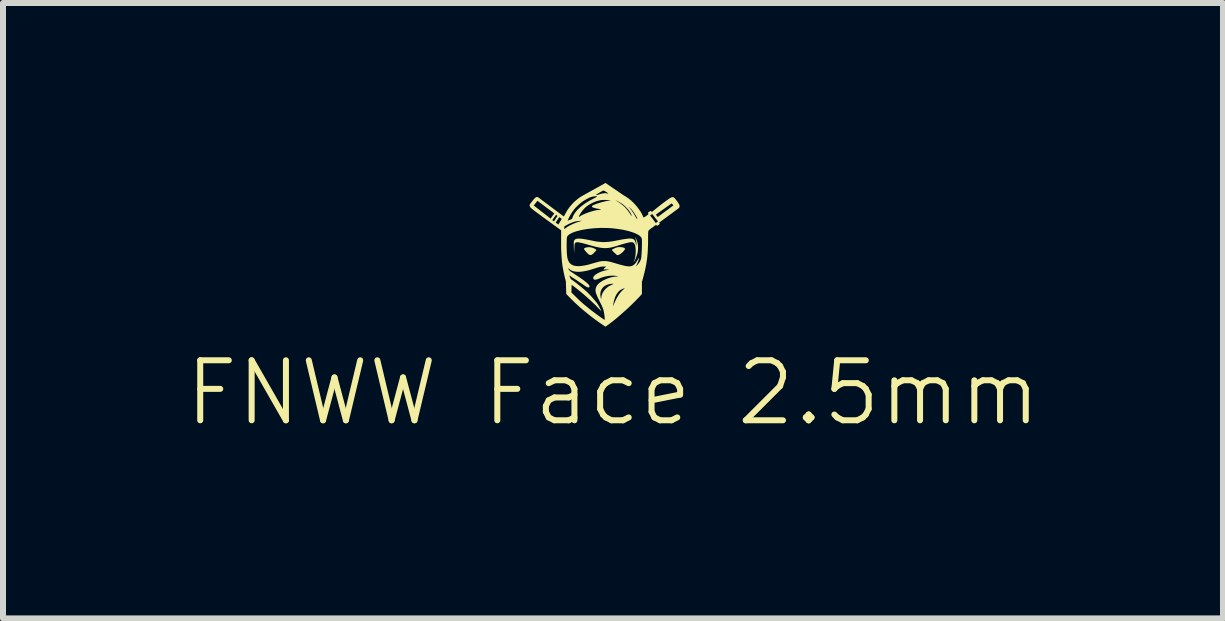
<source format=kicad_pcb>
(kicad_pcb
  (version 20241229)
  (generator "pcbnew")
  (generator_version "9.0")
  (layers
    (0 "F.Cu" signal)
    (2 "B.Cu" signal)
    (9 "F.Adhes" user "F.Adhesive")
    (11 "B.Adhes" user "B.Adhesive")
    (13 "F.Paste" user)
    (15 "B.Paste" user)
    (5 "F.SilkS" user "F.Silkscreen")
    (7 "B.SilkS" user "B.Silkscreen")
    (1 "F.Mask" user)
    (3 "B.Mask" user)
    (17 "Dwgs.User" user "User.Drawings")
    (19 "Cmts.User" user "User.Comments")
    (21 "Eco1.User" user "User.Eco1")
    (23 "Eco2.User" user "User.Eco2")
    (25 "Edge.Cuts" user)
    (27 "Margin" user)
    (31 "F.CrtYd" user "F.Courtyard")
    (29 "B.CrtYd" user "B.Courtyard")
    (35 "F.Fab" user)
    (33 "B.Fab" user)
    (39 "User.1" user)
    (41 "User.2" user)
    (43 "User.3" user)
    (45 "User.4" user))
  (footprint "FNWW Face 2.5mm"
    (layer "F.Cu")
    (at 7.049 2.639)
    (property "Reference" "FNWW Face 2.5mm" (at 0.12 0.86 0) (unlocked yes) (layer "F.SilkS") (effects (font (size 1 1) (thickness 0.1))))
    (fp_poly (pts (xy -0.271 -1.568) (xy -0.263 -1.567) (xy -0.254 -1.566) (xy -0.245 -1.564) (xy -0.236 -1.562) (xy -0.227 -1.56) (xy -0.219 -1.557) (xy -0.21 -1.554) (xy -0.202 -1.551) (xy -0.194 -1.547) (xy -0.186 -1.544) (xy -0.18 -1.54) (xy -0.174 -1.536) (xy -0.168 -1.532) (xy -0.154 -1.52) (xy -0.186 -1.486) (xy -0.197 -1.474) (xy -0.207 -1.464) (xy -0.211 -1.46) (xy -0.216 -1.456) (xy -0.22 -1.452) (xy -0.225 -1.449) (xy -0.229 -1.446) (xy -0.233 -1.444) (xy -0.237 -1.442) (xy -0.241 -1.44) (xy -0.244 -1.439) (xy -0.248 -1.438) (xy -0.252 -1.437) (xy -0.255 -1.437) (xy -0.259 -1.437) (xy -0.263 -1.438) (xy -0.267 -1.439) (xy -0.27 -1.44) (xy -0.274 -1.442) (xy -0.278 -1.444) (xy -0.282 -1.447) (xy -0.286 -1.45) (xy -0.291 -1.453) (xy -0.295 -1.457) (xy -0.3 -1.461) (xy -0.304 -1.465) (xy -0.314 -1.475) (xy -0.325 -1.487) (xy -0.335 -1.498) (xy -0.343 -1.507) (xy -0.35 -1.516) (xy -0.352 -1.52) (xy -0.355 -1.523) (xy -0.357 -1.527) (xy -0.359 -1.53) (xy -0.36 -1.533) (xy -0.361 -1.536) (xy -0.361 -1.539) (xy -0.362 -1.541) (xy -0.361 -1.544) (xy -0.361 -1.546) (xy -0.36 -1.548) (xy -0.358 -1.55) (xy -0.356 -1.552) (xy -0.354 -1.553) (xy -0.351 -1.555) (xy -0.348 -1.556) (xy -0.345 -1.558) (xy -0.341 -1.559) (xy -0.332 -1.561) (xy -0.321 -1.564) (xy -0.308 -1.566) (xy -0.294 -1.568) (xy -0.287 -1.568) (xy -0.279 -1.568)) (stroke (width -0.000001) (type solid)) (fill yes) (layer "F.SilkS"))
    (fp_poly (pts (xy 0.237 -1.57) (xy 0.248 -1.569) (xy 0.258 -1.568) (xy 0.269 -1.567) (xy 0.279 -1.565) (xy 0.288 -1.563) (xy 0.296 -1.561) (xy 0.304 -1.558) (xy 0.307 -1.556) (xy 0.31 -1.555) (xy 0.312 -1.553) (xy 0.315 -1.551) (xy 0.316 -1.55) (xy 0.318 -1.548) (xy 0.319 -1.546) (xy 0.32 -1.544) (xy 0.32 -1.541) (xy 0.319 -1.538) (xy 0.318 -1.534) (xy 0.317 -1.53) (xy 0.315 -1.526) (xy 0.312 -1.522) (xy 0.306 -1.513) (xy 0.298 -1.503) (xy 0.288 -1.493) (xy 0.278 -1.483) (xy 0.267 -1.474) (xy 0.256 -1.465) (xy 0.245 -1.457) (xy 0.234 -1.45) (xy 0.223 -1.444) (xy 0.213 -1.439) (xy 0.208 -1.438) (xy 0.204 -1.436) (xy 0.2 -1.436) (xy 0.196 -1.436) (xy 0.193 -1.436) (xy 0.19 -1.437) (xy 0.186 -1.439) (xy 0.181 -1.443) (xy 0.174 -1.448) (xy 0.168 -1.454) (xy 0.16 -1.46) (xy 0.153 -1.467) (xy 0.145 -1.474) (xy 0.137 -1.481) (xy 0.13 -1.489) (xy 0.123 -1.496) (xy 0.117 -1.502) (xy 0.111 -1.508) (xy 0.107 -1.514) (xy 0.104 -1.518) (xy 0.103 -1.52) (xy 0.102 -1.521) (xy 0.102 -1.522) (xy 0.102 -1.523) (xy 0.103 -1.525) (xy 0.106 -1.527) (xy 0.109 -1.53) (xy 0.113 -1.532) (xy 0.117 -1.535) (xy 0.122 -1.538) (xy 0.127 -1.541) (xy 0.132 -1.544) (xy 0.144 -1.549) (xy 0.157 -1.555) (xy 0.163 -1.557) (xy 0.169 -1.559) (xy 0.175 -1.561) (xy 0.18 -1.563) (xy 0.185 -1.564) (xy 0.189 -1.566) (xy 0.194 -1.567) (xy 0.204 -1.568) (xy 0.215 -1.569) (xy 0.226 -1.57)) (stroke (width -0.000001) (type solid)) (fill yes) (layer "F.SilkS"))
    (fp_poly (pts (xy 0.493 -1.731) (xy 0.5 -1.717) (xy 0.508 -1.699) (xy 0.517 -1.679) (xy 0.521 -1.668) (xy 0.525 -1.656) (xy 0.528 -1.645) (xy 0.531 -1.634) (xy 0.533 -1.623) (xy 0.535 -1.612) (xy 0.536 -1.594) (xy 0.537 -1.576) (xy 0.538 -1.559) (xy 0.537 -1.543) (xy 0.537 -1.527) (xy 0.535 -1.511) (xy 0.533 -1.496) (xy 0.531 -1.481) (xy 0.527 -1.466) (xy 0.524 -1.451) (xy 0.519 -1.436) (xy 0.514 -1.421) (xy 0.508 -1.405) (xy 0.502 -1.389) (xy 0.495 -1.373) (xy 0.488 -1.356) (xy 0.487 -1.354) (xy 0.486 -1.352) (xy 0.484 -1.348) (xy 0.482 -1.344) (xy 0.48 -1.341) (xy 0.478 -1.337) (xy 0.476 -1.334) (xy 0.473 -1.331) (xy 0.471 -1.328) (xy 0.469 -1.325) (xy 0.468 -1.323) (xy 0.465 -1.319) (xy 0.462 -1.316) (xy 0.466 -1.325) (xy 0.475 -1.345) (xy 0.479 -1.357) (xy 0.483 -1.371) (xy 0.487 -1.386) (xy 0.49 -1.402) (xy 0.492 -1.419) (xy 0.495 -1.437) (xy 0.496 -1.456) (xy 0.498 -1.474) (xy 0.498 -1.493) (xy 0.499 -1.511) (xy 0.498 -1.528) (xy 0.497 -1.545) (xy 0.496 -1.561) (xy 0.494 -1.576) (xy 0.491 -1.589) (xy 0.488 -1.6) (xy 0.483 -1.613) (xy 0.479 -1.623) (xy 0.473 -1.632) (xy 0.466 -1.64) (xy 0.462 -1.643) (xy 0.458 -1.645) (xy 0.453 -1.647) (xy 0.448 -1.649) (xy 0.436 -1.651) (xy 0.422 -1.651) (xy 0.404 -1.65) (xy 0.384 -1.646) (xy 0.36 -1.641) (xy 0.333 -1.634) (xy 0.265 -1.615) (xy 0.179 -1.588) (xy 0.149 -1.579) (xy 0.121 -1.572) (xy 0.095 -1.565) (xy 0.07 -1.56) (xy 0.046 -1.556) (xy 0.022 -1.554) (xy -0.002 -1.553) (xy -0.026 -1.553) (xy -0.051 -1.555) (xy -0.078 -1.558) (xy -0.105 -1.562) (xy -0.135 -1.568) (xy -0.168 -1.575) (xy -0.203 -1.584) (xy -0.283 -1.606) (xy -0.316 -1.616) (xy -0.347 -1.624) (xy -0.374 -1.632) (xy -0.386 -1.635) (xy -0.397 -1.638) (xy -0.408 -1.64) (xy -0.418 -1.642) (xy -0.428 -1.644) (xy -0.437 -1.646) (xy -0.445 -1.648) (xy -0.452 -1.649) (xy -0.459 -1.649) (xy -0.466 -1.65) (xy -0.472 -1.65) (xy -0.477 -1.65) (xy -0.482 -1.65) (xy -0.487 -1.65) (xy -0.491 -1.649) (xy -0.495 -1.648) (xy -0.497 -1.647) (xy -0.499 -1.646) (xy -0.5 -1.646) (xy -0.502 -1.645) (xy -0.503 -1.644) (xy -0.505 -1.643) (xy -0.506 -1.642) (xy -0.507 -1.641) (xy -0.509 -1.638) (xy -0.512 -1.636) (xy -0.513 -1.633) (xy -0.515 -1.63) (xy -0.517 -1.626) (xy -0.518 -1.623) (xy -0.519 -1.619) (xy -0.52 -1.613) (xy -0.522 -1.593) (xy -0.525 -1.54) (xy -0.529 -1.465) (xy -0.532 -1.546) (xy -0.534 -1.641) (xy -0.534 -1.655) (xy -0.531 -1.668) (xy -0.527 -1.679) (xy -0.525 -1.684) (xy -0.522 -1.688) (xy -0.518 -1.692) (xy -0.514 -1.696) (xy -0.509 -1.699) (xy -0.503 -1.702) (xy -0.491 -1.707) (xy -0.476 -1.71) (xy -0.458 -1.711) (xy -0.437 -1.711) (xy -0.413 -1.71) (xy -0.386 -1.707) (xy -0.356 -1.702) (xy -0.322 -1.696) (xy -0.284 -1.689) (xy -0.242 -1.68) (xy -0.183 -1.668) (xy -0.156 -1.663) (xy -0.13 -1.66) (xy -0.105 -1.657) (xy -0.081 -1.655) (xy -0.057 -1.653) (xy -0.033 -1.653) (xy -0.009 -1.654) (xy 0.016 -1.655) (xy 0.042 -1.657) (xy 0.069 -1.66) (xy 0.097 -1.664) (xy 0.127 -1.669) (xy 0.194 -1.682) (xy 0.227 -1.688) (xy 0.257 -1.694) (xy 0.285 -1.699) (xy 0.31 -1.703) (xy 0.333 -1.706) (xy 0.354 -1.709) (xy 0.373 -1.711) (xy 0.39 -1.712) (xy 0.405 -1.712) (xy 0.412 -1.712) (xy 0.418 -1.711) (xy 0.424 -1.711) (xy 0.43 -1.71) (xy 0.435 -1.709) (xy 0.44 -1.708) (xy 0.445 -1.707) (xy 0.45 -1.706) (xy 0.454 -1.704) (xy 0.458 -1.702) (xy 0.462 -1.7) (xy 0.465 -1.698) (xy 0.468 -1.696) (xy 0.472 -1.693) (xy 0.473 -1.692) (xy 0.475 -1.69) (xy 0.478 -1.686) (xy 0.481 -1.683) (xy 0.483 -1.679) (xy 0.485 -1.675) (xy 0.488 -1.67) (xy 0.49 -1.666) (xy 0.491 -1.661) (xy 0.493 -1.657) (xy 0.494 -1.652) (xy 0.496 -1.648) (xy 0.497 -1.644) (xy 0.499 -1.635) (xy 0.5 -1.628) (xy 0.504 -1.607) (xy 0.506 -1.6) (xy 0.508 -1.588) (xy 0.509 -1.604) (xy 0.51 -1.617) (xy 0.51 -1.628) (xy 0.51 -1.632) (xy 0.51 -1.637) (xy 0.51 -1.641) (xy 0.509 -1.644) (xy 0.509 -1.648) (xy 0.509 -1.651) (xy 0.508 -1.658) (xy 0.507 -1.666) (xy 0.506 -1.671) (xy 0.504 -1.677) (xy 0.502 -1.69) (xy 0.498 -1.703) (xy 0.495 -1.715) (xy 0.489 -1.735) (xy 0.486 -1.744)) (stroke (width -0.000001) (type solid)) (fill yes) (layer "F.SilkS"))
    (fp_poly (pts (xy 0.287 -2.44) (xy 0.303 -2.43) (xy 0.32 -2.42) (xy 0.337 -2.409) (xy 0.354 -2.398) (xy 0.371 -2.386) (xy 0.387 -2.374) (xy 0.403 -2.361) (xy 0.418 -2.349) (xy 0.425 -2.343) (xy 0.433 -2.335) (xy 0.443 -2.326) (xy 0.453 -2.317) (xy 0.463 -2.307) (xy 0.473 -2.296) (xy 0.483 -2.286) (xy 0.492 -2.276) (xy 0.502 -2.264) (xy 0.513 -2.252) (xy 0.532 -2.228) (xy 0.541 -2.216) (xy 0.55 -2.204) (xy 0.558 -2.192) (xy 0.566 -2.181) (xy 0.574 -2.17) (xy 0.581 -2.159) (xy 0.587 -2.148) (xy 0.593 -2.138) (xy 0.599 -2.128) (xy 0.604 -2.119) (xy 0.608 -2.11) (xy 0.612 -2.101) (xy 0.613 -2.097) (xy 0.615 -2.094) (xy 0.616 -2.09) (xy 0.618 -2.087) (xy 0.619 -2.084) (xy 0.621 -2.08) (xy 0.622 -2.078) (xy 0.623 -2.075) (xy 0.625 -2.073) (xy 0.626 -2.07) (xy 0.627 -2.069) (xy 0.628 -2.067) (xy 0.629 -2.066) (xy 0.63 -2.065) (xy 0.63 -2.064) (xy 0.63 -2.064) (xy 0.631 -2.064) (xy 0.631 -2.064) (xy 0.632 -2.064) (xy 0.633 -2.064) (xy 0.637 -2.066) (xy 0.641 -2.068) (xy 0.645 -2.07) (xy 0.65 -2.073) (xy 0.656 -2.076) (xy 0.667 -2.084) (xy 0.685 -2.097) (xy 0.739 -2.097) (xy 0.783 -2.039) (xy 0.815 -1.996) (xy 0.833 -1.971) (xy 0.87 -1.997) (xy 0.782 -2.111) (xy 0.834 -2.111) (xy 0.866 -2.071) (xy 1.127 -2.265) (xy 1.099 -2.299) (xy 0.834 -2.111) (xy 0.782 -2.111) (xy 0.775 -2.121) (xy 0.739 -2.097) (xy 0.685 -2.097) (xy 0.709 -2.115) (xy 0.709 -2.115) (xy 0.71 -2.116) (xy 0.71 -2.116) (xy 0.711 -2.117) (xy 0.711 -2.117) (xy 0.711 -2.118) (xy 0.711 -2.119) (xy 0.711 -2.119) (xy 0.711 -2.12) (xy 0.711 -2.121) (xy 0.711 -2.122) (xy 0.711 -2.123) (xy 0.711 -2.123) (xy 0.71 -2.124) (xy 0.71 -2.126) (xy 0.709 -2.127) (xy 0.708 -2.129) (xy 0.707 -2.13) (xy 0.706 -2.132) (xy 0.704 -2.136) (xy 0.703 -2.136) (xy 0.703 -2.137) (xy 0.703 -2.137) (xy 0.703 -2.138) (xy 0.703 -2.138) (xy 0.703 -2.138) (xy 0.703 -2.139) (xy 0.703 -2.139) (xy 0.703 -2.14) (xy 0.703 -2.14) (xy 0.703 -2.141) (xy 0.703 -2.141) (xy 0.703 -2.141) (xy 0.703 -2.142) (xy 0.704 -2.142) (xy 0.704 -2.143) (xy 0.704 -2.144) (xy 0.705 -2.144) (xy 0.705 -2.145) (xy 0.705 -2.146) (xy 0.706 -2.147) (xy 0.707 -2.147) (xy 0.707 -2.148) (xy 0.707 -2.148) (xy 0.708 -2.148) (xy 0.714 -2.152) (xy 0.719 -2.156) (xy 0.726 -2.16) (xy 0.732 -2.164) (xy 0.739 -2.168) (xy 0.741 -2.169) (xy 0.744 -2.171) (xy 0.746 -2.171) (xy 0.747 -2.172) (xy 0.748 -2.172) (xy 0.748 -2.172) (xy 0.749 -2.172) (xy 0.749 -2.172) (xy 0.749 -2.172) (xy 0.75 -2.172) (xy 0.75 -2.172) (xy 0.751 -2.172) (xy 0.751 -2.172) (xy 0.751 -2.172) (xy 0.752 -2.172) (xy 0.752 -2.172) (xy 0.752 -2.171) (xy 0.753 -2.171) (xy 0.753 -2.171) (xy 0.753 -2.171) (xy 0.754 -2.171) (xy 0.754 -2.17) (xy 0.754 -2.17) (xy 0.755 -2.17) (xy 0.755 -2.169) (xy 0.756 -2.169) (xy 0.756 -2.168) (xy 0.757 -2.168) (xy 0.757 -2.167) (xy 0.758 -2.167) (xy 0.758 -2.165) (xy 0.76 -2.163) (xy 0.76 -2.162) (xy 0.761 -2.161) (xy 0.762 -2.16) (xy 0.763 -2.159) (xy 0.764 -2.158) (xy 0.764 -2.158) (xy 0.765 -2.157) (xy 0.765 -2.157) (xy 0.766 -2.157) (xy 0.766 -2.156) (xy 0.767 -2.156) (xy 0.767 -2.156) (xy 0.767 -2.156) (xy 0.768 -2.156) (xy 0.768 -2.156) (xy 0.769 -2.156) (xy 0.769 -2.156) (xy 0.77 -2.156) (xy 0.77 -2.157) (xy 0.856 -2.226) (xy 0.925 -2.281) (xy 0.956 -2.305) (xy 0.982 -2.324) (xy 1.028 -2.357) (xy 1.047 -2.371) (xy 1.064 -2.382) (xy 1.071 -2.386) (xy 1.078 -2.39) (xy 1.085 -2.394) (xy 1.091 -2.397) (xy 1.097 -2.399) (xy 1.102 -2.401) (xy 1.107 -2.402) (xy 1.112 -2.402) (xy 1.116 -2.402) (xy 1.121 -2.402) (xy 1.125 -2.401) (xy 1.129 -2.399) (xy 1.134 -2.397) (xy 1.138 -2.394) (xy 1.142 -2.39) (xy 1.146 -2.387) (xy 1.15 -2.382) (xy 1.155 -2.377) (xy 1.164 -2.365) (xy 1.175 -2.352) (xy 1.187 -2.336) (xy 1.197 -2.322) (xy 1.206 -2.309) (xy 1.21 -2.303) (xy 1.214 -2.297) (xy 1.217 -2.291) (xy 1.22 -2.286) (xy 1.222 -2.281) (xy 1.225 -2.276) (xy 1.226 -2.272) (xy 1.228 -2.267) (xy 1.229 -2.263) (xy 1.23 -2.259) (xy 1.23 -2.255) (xy 1.23 -2.251) (xy 1.23 -2.247) (xy 1.229 -2.243) (xy 1.228 -2.24) (xy 1.227 -2.236) (xy 1.225 -2.233) (xy 1.223 -2.229) (xy 1.221 -2.226) (xy 1.218 -2.222) (xy 1.215 -2.219) (xy 1.211 -2.215) (xy 1.207 -2.212) (xy 1.203 -2.208) (xy 1.198 -2.204) (xy 1.193 -2.201) (xy 1.182 -2.193) (xy 0.904 -1.989) (xy 0.903 -1.988) (xy 0.902 -1.987) (xy 0.9 -1.986) (xy 0.898 -1.984) (xy 0.897 -1.984) (xy 0.896 -1.983) (xy 0.895 -1.982) (xy 0.894 -1.982) (xy 0.894 -1.982) (xy 0.893 -1.981) (xy 0.893 -1.981) (xy 0.893 -1.981) (xy 0.892 -1.98) (xy 0.892 -1.98) (xy 0.892 -1.979) (xy 0.892 -1.979) (xy 0.891 -1.979) (xy 0.891 -1.978) (xy 0.891 -1.978) (xy 0.891 -1.977) (xy 0.891 -1.977) (xy 0.891 -1.976) (xy 0.891 -1.976) (xy 0.891 -1.975) (xy 0.891 -1.975) (xy 0.891 -1.974) (xy 0.891 -1.974) (xy 0.892 -1.973) (xy 0.893 -1.972) (xy 0.894 -1.97) (xy 0.896 -1.968) (xy 0.897 -1.966) (xy 0.898 -1.965) (xy 0.898 -1.964) (xy 0.899 -1.963) (xy 0.899 -1.963) (xy 0.899 -1.962) (xy 0.9 -1.961) (xy 0.9 -1.961) (xy 0.9 -1.96) (xy 0.9 -1.959) (xy 0.9 -1.959) (xy 0.9 -1.958) (xy 0.899 -1.958) (xy 0.899 -1.957) (xy 0.898 -1.955) (xy 0.896 -1.953) (xy 0.894 -1.951) (xy 0.891 -1.949) (xy 0.888 -1.947) (xy 0.885 -1.944) (xy 0.882 -1.942) (xy 0.879 -1.939) (xy 0.876 -1.937) (xy 0.872 -1.935) (xy 0.869 -1.933) (xy 0.866 -1.931) (xy 0.863 -1.929) (xy 0.86 -1.928) (xy 0.858 -1.927) (xy 0.856 -1.926) (xy 0.855 -1.926) (xy 0.854 -1.926) (xy 0.854 -1.926) (xy 0.853 -1.926) (xy 0.852 -1.926) (xy 0.852 -1.927) (xy 0.851 -1.927) (xy 0.85 -1.927) (xy 0.85 -1.928) (xy 0.849 -1.928) (xy 0.849 -1.929) (xy 0.848 -1.929) (xy 0.847 -1.931) (xy 0.846 -1.932) (xy 0.844 -1.935) (xy 0.843 -1.936) (xy 0.842 -1.937) (xy 0.841 -1.939) (xy 0.84 -1.939) (xy 0.84 -1.939) (xy 0.839 -1.94) (xy 0.839 -1.94) (xy 0.838 -1.94) (xy 0.838 -1.94) (xy 0.837 -1.94) (xy 0.837 -1.941) (xy 0.837 -1.941) (xy 0.836 -1.941) (xy 0.836 -1.94) (xy 0.836 -1.94) (xy 0.835 -1.94) (xy 0.835 -1.94) (xy 0.835 -1.94) (xy 0.834 -1.94) (xy 0.834 -1.94) (xy 0.834 -1.94) (xy 0.833 -1.939) (xy 0.832 -1.939) (xy 0.83 -1.936) (xy 0.829 -1.935) (xy 0.828 -1.934) (xy 0.827 -1.933) (xy 0.826 -1.932) (xy 0.79 -1.906) (xy 0.773 -1.893) (xy 0.765 -1.888) (xy 0.76 -1.885) (xy 0.752 -1.88) (xy 0.748 -1.876) (xy 0.743 -1.873) (xy 0.738 -1.869) (xy 0.733 -1.865) (xy 0.729 -1.861) (xy 0.724 -1.856) (xy 0.72 -1.851) (xy 0.718 -1.849) (xy 0.716 -1.846) (xy 0.714 -1.844) (xy 0.712 -1.841) (xy 0.711 -1.838) (xy 0.71 -1.836) (xy 0.709 -1.833) (xy 0.708 -1.831) (xy 0.707 -1.828) (xy 0.707 -1.825) (xy 0.706 -1.807) (xy 0.706 -1.784) (xy 0.705 -1.756) (xy 0.705 -1.722) (xy 0.705 -1.666) (xy 0.704 -1.613) (xy 0.702 -1.561) (xy 0.7 -1.512) (xy 0.697 -1.465) (xy 0.693 -1.419) (xy 0.688 -1.375) (xy 0.682 -1.333) (xy 0.675 -1.288) (xy 0.665 -1.238) (xy 0.654 -1.185) (xy 0.641 -1.132) (xy 0.629 -1.084) (xy 0.618 -1.043) (xy 0.609 -1.012) (xy 0.605 -1.002) (xy 0.602 -0.996) (xy 0.602 -0.788) (xy 0.565 -0.746) (xy 0.509 -0.688) (xy 0.438 -0.617) (xy 0.356 -0.539) (xy 0.266 -0.459) (xy 0.174 -0.379) (xy 0.127 -0.342) (xy 0.082 -0.306) (xy 0.037 -0.273) (xy -0.006 -0.243) (xy -0.091 -0.301) (xy -0.176 -0.361) (xy -0.26 -0.425) (xy -0.343 -0.492) (xy -0.425 -0.561) (xy -0.505 -0.634) (xy -0.544 -0.672) (xy -0.583 -0.71) (xy -0.621 -0.749) (xy -0.659 -0.788) (xy -0.666 -0.998) (xy -0.683 -1.063) (xy -0.692 -1.104) (xy -0.702 -1.149) (xy -0.711 -1.195) (xy -0.716 -1.222) (xy -0.628 -1.222) (xy -0.627 -1.218) (xy -0.626 -1.214) (xy -0.625 -1.213) (xy -0.624 -1.211) (xy -0.624 -1.21) (xy -0.623 -1.208) (xy -0.622 -1.205) (xy -0.62 -1.2) (xy -0.617 -1.195) (xy -0.616 -1.193) (xy -0.614 -1.19) (xy -0.612 -1.187) (xy -0.609 -1.184) (xy -0.607 -1.181) (xy -0.603 -1.178) (xy -0.599 -1.174) (xy -0.595 -1.17) (xy -0.59 -1.166) (xy -0.584 -1.162) (xy -0.571 -1.153) (xy -0.554 -1.142) (xy -0.535 -1.129) (xy -0.497 -1.104) (xy -0.462 -1.081) (xy -0.43 -1.06) (xy -0.401 -1.04) (xy -0.375 -1.021) (xy -0.353 -1.004) (xy -0.333 -0.988) (xy -0.324 -0.981) (xy -0.316 -0.974) (xy -0.308 -0.968) (xy -0.302 -0.961) (xy -0.296 -0.955) (xy -0.29 -0.949) (xy -0.286 -0.944) (xy -0.282 -0.939) (xy -0.278 -0.934) (xy -0.275 -0.929) (xy -0.273 -0.925) (xy -0.272 -0.921) (xy -0.271 -0.917) (xy -0.271 -0.914) (xy -0.271 -0.91) (xy -0.272 -0.907) (xy -0.274 -0.905) (xy -0.276 -0.902) (xy -0.279 -0.9) (xy -0.282 -0.898) (xy -0.285 -0.897) (xy -0.289 -0.896) (xy -0.294 -0.897) (xy -0.299 -0.898) (xy -0.304 -0.9) (xy -0.311 -0.902) (xy -0.318 -0.906) (xy -0.327 -0.911) (xy -0.336 -0.916) (xy -0.347 -0.923) (xy -0.371 -0.94) (xy -0.402 -0.961) (xy -0.437 -0.985) (xy -0.472 -1.008) (xy -0.503 -1.029) (xy -0.516 -1.037) (xy -0.526 -1.044) (xy -0.535 -1.049) (xy -0.545 -1.055) (xy -0.554 -1.061) (xy -0.563 -1.067) (xy -0.571 -1.072) (xy -0.578 -1.077) (xy -0.584 -1.082) (xy -0.589 -1.085) (xy -0.608 -1.1) (xy -0.598 -1.069) (xy -0.597 -1.066) (xy -0.596 -1.063) (xy -0.594 -1.06) (xy -0.593 -1.057) (xy -0.592 -1.054) (xy -0.591 -1.051) (xy -0.589 -1.048) (xy -0.588 -1.046) (xy -0.587 -1.044) (xy -0.585 -1.041) (xy -0.584 -1.039) (xy -0.583 -1.038) (xy -0.582 -1.036) (xy -0.581 -1.035) (xy -0.58 -1.034) (xy -0.58 -1.034) (xy -0.579 -1.034) (xy -0.579 -1.033) (xy -0.57 -1.028) (xy -0.558 -1.02) (xy -0.527 -0.997) (xy -0.49 -0.969) (xy -0.449 -0.936) (xy -0.407 -0.902) (xy -0.367 -0.869) (xy -0.333 -0.839) (xy -0.306 -0.815) (xy -0.291 -0.8) (xy -0.276 -0.784) (xy -0.246 -0.753) (xy -0.218 -0.721) (xy -0.191 -0.69) (xy -0.167 -0.661) (xy -0.156 -0.647) (xy -0.146 -0.634) (xy -0.138 -0.621) (xy -0.13 -0.61) (xy -0.123 -0.599) (xy -0.117 -0.589) (xy -0.111 -0.577) (xy -0.103 -0.562) (xy -0.087 -0.531) (xy -0.069 -0.498) (xy -0.091 -0.519) (xy -0.101 -0.529) (xy -0.112 -0.54) (xy -0.123 -0.551) (xy -0.132 -0.56) (xy -0.169 -0.599) (xy -0.214 -0.642) (xy -0.263 -0.688) (xy -0.315 -0.735) (xy -0.368 -0.781) (xy -0.42 -0.825) (xy -0.47 -0.866) (xy -0.515 -0.901) (xy -0.57 -0.941) (xy -0.573 -0.812) (xy -0.551 -0.791) (xy -0.53 -0.771) (xy -0.519 -0.76) (xy -0.508 -0.749) (xy -0.465 -0.706) (xy -0.418 -0.662) (xy -0.368 -0.618) (xy -0.316 -0.575) (xy -0.263 -0.532) (xy -0.21 -0.491) (xy -0.156 -0.451) (xy -0.104 -0.413) (xy -0.02 -0.354) (xy -0.019 -0.366) (xy -0.019 -0.378) (xy -0.019 -0.389) (xy -0.019 -0.399) (xy -0.02 -0.409) (xy -0.021 -0.419) (xy -0.022 -0.428) (xy -0.023 -0.436) (xy -0.028 -0.465) (xy -0.032 -0.489) (xy -0.035 -0.501) (xy -0.037 -0.512) (xy -0.04 -0.523) (xy -0.043 -0.534) (xy -0.047 -0.546) (xy -0.052 -0.558) (xy -0.057 -0.571) (xy -0.061 -0.579) (xy 0.12 -0.579) (xy 0.123 -0.587) (xy 0.131 -0.608) (xy 0.137 -0.622) (xy 0.143 -0.637) (xy 0.15 -0.653) (xy 0.157 -0.669) (xy 0.165 -0.684) (xy 0.172 -0.699) (xy 0.179 -0.713) (xy 0.187 -0.727) (xy 0.194 -0.74) (xy 0.202 -0.752) (xy 0.209 -0.764) (xy 0.216 -0.775) (xy 0.223 -0.786) (xy 0.231 -0.796) (xy 0.238 -0.805) (xy 0.245 -0.814) (xy 0.253 -0.823) (xy 0.26 -0.831) (xy 0.267 -0.838) (xy 0.275 -0.845) (xy 0.282 -0.851) (xy 0.289 -0.858) (xy 0.297 -0.866) (xy 0.304 -0.873) (xy 0.315 -0.884) (xy 0.32 -0.888) (xy 0.299 -0.88) (xy 0.289 -0.877) (xy 0.28 -0.873) (xy 0.27 -0.868) (xy 0.262 -0.864) (xy 0.25 -0.858) (xy 0.238 -0.85) (xy 0.227 -0.841) (xy 0.217 -0.832) (xy 0.207 -0.821) (xy 0.197 -0.809) (xy 0.188 -0.796) (xy 0.179 -0.783) (xy 0.171 -0.768) (xy 0.163 -0.752) (xy 0.156 -0.736) (xy 0.15 -0.718) (xy 0.144 -0.7) (xy 0.138 -0.681) (xy 0.133 -0.661) (xy 0.129 -0.64) (xy 0.127 -0.631) (xy 0.126 -0.621) (xy 0.124 -0.611) (xy 0.123 -0.601) (xy 0.12 -0.579) (xy -0.061 -0.579) (xy -0.064 -0.586) (xy -0.071 -0.602) (xy -0.08 -0.62) (xy -0.101 -0.662) (xy -0.114 -0.689) (xy -0.126 -0.713) (xy -0.137 -0.735) (xy -0.145 -0.755) (xy -0.153 -0.774) (xy -0.154 -0.777) (xy -0.091 -0.777) (xy -0.09 -0.767) (xy -0.089 -0.757) (xy -0.088 -0.747) (xy -0.086 -0.737) (xy -0.084 -0.726) (xy -0.078 -0.697) (xy -0.074 -0.734) (xy -0.073 -0.742) (xy -0.071 -0.75) (xy -0.07 -0.759) (xy -0.067 -0.767) (xy -0.065 -0.775) (xy -0.062 -0.782) (xy -0.056 -0.798) (xy -0.049 -0.813) (xy -0.04 -0.828) (xy -0.03 -0.842) (xy -0.019 -0.855) (xy -0.008 -0.869) (xy 0.005 -0.881) (xy 0.019 -0.893) (xy 0.033 -0.904) (xy 0.048 -0.915) (xy 0.064 -0.924) (xy 0.081 -0.933) (xy 0.098 -0.941) (xy 0.109 -0.946) (xy 0.113 -0.948) (xy 0.116 -0.949) (xy 0.117 -0.95) (xy 0.119 -0.951) (xy 0.121 -0.952) (xy 0.122 -0.953) (xy 0.126 -0.955) (xy 0.131 -0.958) (xy 0.118 -0.958) (xy 0.11 -0.958) (xy 0.101 -0.958) (xy 0.091 -0.957) (xy 0.086 -0.957) (xy 0.08 -0.956) (xy 0.074 -0.955) (xy 0.068 -0.954) (xy 0.061 -0.953) (xy 0.054 -0.951) (xy 0.044 -0.949) (xy 0.034 -0.946) (xy 0.024 -0.942) (xy 0.015 -0.938) (xy 0.006 -0.934) (xy -0.003 -0.93) (xy -0.011 -0.926) (xy -0.019 -0.921) (xy -0.026 -0.915) (xy -0.033 -0.91) (xy -0.04 -0.904) (xy -0.046 -0.898) (xy -0.052 -0.892) (xy -0.057 -0.885) (xy -0.062 -0.878) (xy -0.067 -0.871) (xy -0.071 -0.864) (xy -0.075 -0.856) (xy -0.078 -0.848) (xy -0.081 -0.84) (xy -0.084 -0.832) (xy -0.086 -0.823) (xy -0.088 -0.815) (xy -0.089 -0.806) (xy -0.09 -0.796) (xy -0.091 -0.787) (xy -0.091 -0.777) (xy -0.154 -0.777) (xy -0.159 -0.79) (xy -0.162 -0.798) (xy -0.164 -0.806) (xy -0.166 -0.813) (xy -0.168 -0.82) (xy -0.169 -0.826) (xy -0.17 -0.833) (xy -0.171 -0.839) (xy -0.171 -0.845) (xy -0.171 -0.851) (xy -0.171 -0.857) (xy -0.171 -0.862) (xy -0.17 -0.868) (xy -0.169 -0.873) (xy -0.168 -0.879) (xy -0.167 -0.885) (xy -0.165 -0.89) (xy -0.161 -0.902) (xy -0.156 -0.913) (xy -0.153 -0.921) (xy -0.148 -0.928) (xy -0.137 -0.943) (xy -0.123 -0.958) (xy -0.107 -0.972) (xy -0.088 -0.986) (xy -0.067 -1) (xy -0.045 -1.013) (xy -0.021 -1.025) (xy 0.004 -1.036) (xy 0.03 -1.047) (xy 0.056 -1.056) (xy 0.083 -1.064) (xy 0.109 -1.07) (xy 0.136 -1.075) (xy 0.162 -1.078) (xy 0.187 -1.079) (xy 0.192 -1.079) (xy 0.196 -1.08) (xy 0.2 -1.08) (xy 0.204 -1.08) (xy 0.21 -1.081) (xy 0.213 -1.081) (xy 0.204 -1.083) (xy 0.196 -1.085) (xy 0.192 -1.086) (xy 0.189 -1.086) (xy 0.185 -1.087) (xy 0.18 -1.088) (xy 0.176 -1.089) (xy 0.171 -1.089) (xy 0.16 -1.091) (xy 0.147 -1.092) (xy 0.132 -1.093) (xy 0.117 -1.093) (xy 0.101 -1.093) (xy 0.085 -1.093) (xy 0.069 -1.092) (xy 0.053 -1.09) (xy 0.036 -1.088) (xy 0.02 -1.085) (xy 0.004 -1.082) (xy -0.012 -1.079) (xy -0.028 -1.075) (xy -0.044 -1.07) (xy -0.06 -1.065) (xy -0.075 -1.06) (xy -0.09 -1.054) (xy -0.104 -1.048) (xy -0.111 -1.045) (xy -0.117 -1.043) (xy -0.123 -1.04) (xy -0.129 -1.038) (xy -0.135 -1.036) (xy -0.141 -1.034) (xy -0.146 -1.032) (xy -0.151 -1.031) (xy -0.156 -1.03) (xy -0.161 -1.029) (xy -0.165 -1.028) (xy -0.169 -1.027) (xy -0.173 -1.027) (xy -0.177 -1.027) (xy -0.181 -1.027) (xy -0.184 -1.027) (xy -0.187 -1.027) (xy -0.19 -1.028) (xy -0.193 -1.029) (xy -0.195 -1.03) (xy -0.198 -1.031) (xy -0.2 -1.033) (xy -0.202 -1.034) (xy -0.203 -1.036) (xy -0.205 -1.038) (xy -0.206 -1.041) (xy -0.207 -1.043) (xy -0.208 -1.046) (xy -0.209 -1.049) (xy -0.209 -1.052) (xy -0.21 -1.056) (xy -0.21 -1.059) (xy -0.209 -1.064) (xy -0.208 -1.068) (xy -0.207 -1.072) (xy -0.204 -1.077) (xy -0.198 -1.086) (xy -0.189 -1.095) (xy -0.178 -1.105) (xy -0.165 -1.115) (xy -0.151 -1.124) (xy -0.135 -1.133) (xy -0.118 -1.142) (xy -0.099 -1.151) (xy -0.08 -1.159) (xy -0.06 -1.166) (xy -0.039 -1.173) (xy -0.018 -1.178) (xy 0.004 -1.183) (xy 0.025 -1.187) (xy 0.058 -1.192) (xy 0.05 -1.193) (xy 0.038 -1.195) (xy 0.032 -1.196) (xy 0.028 -1.196) (xy 0.024 -1.197) (xy 0.019 -1.197) (xy 0.013 -1.197) (xy 0.007 -1.197) (xy 0.000065 -1.198) (xy -0.004 -1.198) (xy -0.007 -1.198) (xy -0.011 -1.197) (xy -0.014 -1.197) (xy -0.018 -1.197) (xy -0.021 -1.197) (xy -0.024 -1.196) (xy -0.026 -1.196) (xy -0.027 -1.196) (xy -0.028 -1.196) (xy -0.029 -1.196) (xy -0.03 -1.195) (xy -0.032 -1.195) (xy -0.034 -1.194) (xy -0.036 -1.194) (xy -0.037 -1.194) (xy -0.038 -1.193) (xy -0.038 -1.195) (xy -0.037 -1.197) (xy -0.036 -1.199) (xy -0.035 -1.202) (xy -0.034 -1.203) (xy -0.033 -1.205) (xy -0.033 -1.206) (xy -0.032 -1.207) (xy -0.031 -1.208) (xy -0.03 -1.209) (xy -0.029 -1.211) (xy -0.027 -1.214) (xy -0.025 -1.216) (xy -0.022 -1.218) (xy -0.02 -1.221) (xy -0.018 -1.223) (xy -0.013 -1.228) (xy 0.006 -1.247) (xy -0.033 -1.246) (xy -0.05 -1.246) (xy -0.067 -1.244) (xy -0.084 -1.242) (xy -0.103 -1.238) (xy -0.125 -1.232) (xy -0.151 -1.225) (xy -0.181 -1.215) (xy -0.218 -1.204) (xy -0.253 -1.193) (xy -0.288 -1.183) (xy -0.32 -1.175) (xy -0.352 -1.169) (xy -0.382 -1.164) (xy -0.411 -1.16) (xy -0.438 -1.158) (xy -0.464 -1.158) (xy -0.489 -1.159) (xy -0.5 -1.161) (xy -0.512 -1.162) (xy -0.523 -1.164) (xy -0.533 -1.166) (xy -0.543 -1.169) (xy -0.553 -1.172) (xy -0.562 -1.176) (xy -0.571 -1.18) (xy -0.58 -1.184) (xy -0.588 -1.189) (xy -0.596 -1.194) (xy -0.603 -1.199) (xy -0.61 -1.205) (xy -0.617 -1.211) (xy -0.619 -1.213) (xy -0.621 -1.215) (xy -0.624 -1.218) (xy -0.628 -1.222) (xy -0.716 -1.222) (xy -0.72 -1.241) (xy -0.726 -1.286) (xy -0.731 -1.328) (xy -0.737 -1.404) (xy -0.742 -1.486) (xy -0.744 -1.529) (xy -0.745 -1.573) (xy -0.745 -1.593) (xy -0.653 -1.593) (xy -0.652 -1.539) (xy -0.65 -1.487) (xy -0.647 -1.441) (xy -0.643 -1.406) (xy -0.637 -1.377) (xy -0.633 -1.363) (xy -0.628 -1.351) (xy -0.623 -1.339) (xy -0.617 -1.328) (xy -0.611 -1.317) (xy -0.604 -1.308) (xy -0.596 -1.299) (xy -0.587 -1.291) (xy -0.578 -1.283) (xy -0.568 -1.277) (xy -0.557 -1.271) (xy -0.545 -1.266) (xy -0.533 -1.262) (xy -0.52 -1.258) (xy -0.506 -1.256) (xy -0.492 -1.254) (xy -0.46 -1.252) (xy -0.425 -1.253) (xy -0.387 -1.258) (xy -0.345 -1.265) (xy -0.3 -1.275) (xy -0.251 -1.288) (xy -0.198 -1.304) (xy -0.172 -1.311) (xy -0.148 -1.318) (xy -0.126 -1.324) (xy -0.105 -1.329) (xy -0.085 -1.333) (xy -0.066 -1.335) (xy -0.047 -1.337) (xy -0.028 -1.337) (xy -0.009 -1.337) (xy 0.009 -1.335) (xy 0.029 -1.333) (xy 0.049 -1.329) (xy 0.071 -1.325) (xy 0.094 -1.319) (xy 0.118 -1.312) (xy 0.145 -1.304) (xy 0.186 -1.292) (xy 0.224 -1.281) (xy 0.257 -1.272) (xy 0.288 -1.264) (xy 0.315 -1.258) (xy 0.327 -1.255) (xy 0.339 -1.253) (xy 0.35 -1.252) (xy 0.36 -1.25) (xy 0.37 -1.249) (xy 0.379 -1.249) (xy 0.388 -1.249) (xy 0.396 -1.249) (xy 0.404 -1.249) (xy 0.412 -1.25) (xy 0.419 -1.252) (xy 0.426 -1.253) (xy 0.432 -1.255) (xy 0.439 -1.258) (xy 0.445 -1.26) (xy 0.451 -1.263) (xy 0.457 -1.267) (xy 0.462 -1.271) (xy 0.468 -1.275) (xy 0.474 -1.28) (xy 0.479 -1.284) (xy 0.485 -1.29) (xy 0.488 -1.293) (xy 0.493 -1.298) (xy 0.497 -1.305) (xy 0.503 -1.312) (xy 0.514 -1.329) (xy 0.526 -1.348) (xy 0.559 -1.399) (xy 0.557 -1.393) (xy 0.554 -1.382) (xy 0.55 -1.367) (xy 0.545 -1.35) (xy 0.539 -1.332) (xy 0.532 -1.315) (xy 0.526 -1.299) (xy 0.523 -1.292) (xy 0.521 -1.286) (xy 0.514 -1.273) (xy 0.51 -1.265) (xy 0.507 -1.257) (xy 0.502 -1.247) (xy 0.519 -1.264) (xy 0.527 -1.273) (xy 0.534 -1.281) (xy 0.541 -1.288) (xy 0.547 -1.296) (xy 0.553 -1.304) (xy 0.558 -1.311) (xy 0.563 -1.319) (xy 0.568 -1.327) (xy 0.572 -1.335) (xy 0.576 -1.343) (xy 0.58 -1.351) (xy 0.583 -1.36) (xy 0.586 -1.37) (xy 0.589 -1.38) (xy 0.591 -1.388) (xy 0.592 -1.402) (xy 0.595 -1.44) (xy 0.598 -1.489) (xy 0.601 -1.542) (xy 0.602 -1.597) (xy 0.603 -1.646) (xy 0.602 -1.685) (xy 0.601 -1.699) (xy 0.6 -1.709) (xy 0.598 -1.715) (xy 0.596 -1.722) (xy 0.588 -1.735) (xy 0.576 -1.748) (xy 0.561 -1.761) (xy 0.543 -1.773) (xy 0.521 -1.785) (xy 0.497 -1.797) (xy 0.47 -1.808) (xy 0.439 -1.819) (xy 0.407 -1.829) (xy 0.372 -1.839) (xy 0.334 -1.848) (xy 0.295 -1.857) (xy 0.253 -1.864) (xy 0.209 -1.871) (xy 0.164 -1.877) (xy 0.099 -1.884) (xy 0.034 -1.888) (xy -0.033 -1.889) (xy -0.099 -1.889) (xy -0.164 -1.886) (xy -0.228 -1.881) (xy -0.29 -1.874) (xy -0.349 -1.865) (xy -0.405 -1.855) (xy -0.457 -1.842) (xy -0.504 -1.829) (xy -0.545 -1.814) (xy -0.564 -1.806) (xy -0.581 -1.797) (xy -0.596 -1.789) (xy -0.61 -1.78) (xy -0.622 -1.77) (xy -0.632 -1.761) (xy -0.639 -1.751) (xy -0.645 -1.741) (xy -0.647 -1.735) (xy -0.649 -1.723) (xy -0.651 -1.69) (xy -0.652 -1.645) (xy -0.653 -1.593) (xy -0.745 -1.593) (xy -0.745 -1.619) (xy -0.745 -1.668) (xy -0.744 -1.849) (xy -0.833 -1.914) (xy -0.692 -1.914) (xy -0.692 -1.869) (xy -0.664 -1.89) (xy -0.653 -1.898) (xy -0.642 -1.906) (xy -0.629 -1.913) (xy -0.616 -1.921) (xy -0.603 -1.929) (xy -0.588 -1.936) (xy -0.558 -1.951) (xy -0.525 -1.965) (xy -0.49 -1.979) (xy -0.453 -1.991) (xy -0.415 -2.003) (xy -0.413 -2.004) (xy -0.41 -2.005) (xy -0.404 -2.007) (xy -0.398 -2.009) (xy -0.419 -2.008) (xy -0.44 -2.006) (xy -0.453 -2.005) (xy -0.465 -2.003) (xy -0.475 -2.002) (xy -0.485 -2.001) (xy -0.495 -1.999) (xy -0.504 -1.997) (xy -0.514 -1.995) (xy -0.523 -1.992) (xy -0.533 -1.99) (xy -0.542 -1.987) (xy -0.552 -1.983) (xy -0.562 -1.979) (xy -0.572 -1.975) (xy -0.583 -1.971) (xy -0.606 -1.961) (xy -0.63 -1.949) (xy -0.692 -1.914) (xy -0.833 -1.914) (xy -0.923 -1.979) (xy -0.836 -1.979) (xy -0.79 -1.946) (xy -0.752 -2.01) (xy -0.637 -2.01) (xy -0.565 -2.038) (xy -0.561 -2.046) (xy -0.558 -2.054) (xy -0.554 -2.064) (xy -0.549 -2.078) (xy -0.448 -2.078) (xy -0.448 -2.077) (xy -0.448 -2.076) (xy -0.448 -2.075) (xy -0.447 -2.075) (xy -0.447 -2.075) (xy -0.447 -2.075) (xy -0.447 -2.074) (xy -0.446 -2.074) (xy -0.446 -2.074) (xy -0.445 -2.074) (xy -0.444 -2.074) (xy -0.443 -2.074) (xy -0.442 -2.075) (xy -0.441 -2.075) (xy -0.439 -2.076) (xy -0.438 -2.077) (xy -0.436 -2.078) (xy -0.434 -2.079) (xy -0.432 -2.081) (xy -0.43 -2.082) (xy -0.418 -2.09) (xy -0.403 -2.099) (xy -0.387 -2.108) (xy -0.368 -2.116) (xy -0.348 -2.125) (xy -0.326 -2.134) (xy -0.304 -2.142) (xy -0.281 -2.151) (xy -0.258 -2.158) (xy -0.234 -2.165) (xy -0.211 -2.172) (xy -0.189 -2.177) (xy -0.168 -2.182) (xy -0.148 -2.186) (xy -0.13 -2.188) (xy -0.114 -2.19) (xy -0.105 -2.19) (xy -0.098 -2.191) (xy -0.092 -2.192) (xy -0.088 -2.192) (xy -0.085 -2.193) (xy -0.084 -2.194) (xy -0.084 -2.195) (xy -0.084 -2.195) (xy -0.084 -2.196) (xy -0.084 -2.196) (xy -0.085 -2.197) (xy -0.088 -2.199) (xy -0.093 -2.2) (xy -0.099 -2.202) (xy -0.106 -2.204) (xy -0.115 -2.206) (xy -0.125 -2.208) (xy -0.15 -2.213) (xy -0.157 -2.214) (xy -0.163 -2.216) (xy -0.17 -2.217) (xy -0.175 -2.219) (xy -0.181 -2.22) (xy -0.187 -2.221) (xy -0.192 -2.223) (xy -0.196 -2.224) (xy -0.201 -2.226) (xy -0.205 -2.227) (xy -0.209 -2.229) (xy -0.212 -2.23) (xy -0.216 -2.232) (xy -0.219 -2.233) (xy -0.221 -2.235) (xy -0.224 -2.237) (xy -0.226 -2.238) (xy -0.228 -2.24) (xy -0.229 -2.241) (xy -0.23 -2.243) (xy -0.231 -2.245) (xy -0.231 -2.245) (xy -0.231 -2.246) (xy -0.232 -2.247) (xy -0.232 -2.248) (xy -0.232 -2.249) (xy -0.232 -2.25) (xy -0.231 -2.25) (xy -0.231 -2.251) (xy -0.23 -2.253) (xy -0.229 -2.255) (xy -0.228 -2.256) (xy -0.226 -2.258) (xy -0.224 -2.26) (xy -0.222 -2.261) (xy -0.219 -2.263) (xy -0.209 -2.269) (xy -0.197 -2.274) (xy -0.184 -2.28) (xy -0.168 -2.286) (xy -0.133 -2.298) (xy -0.095 -2.31) (xy -0.056 -2.321) (xy -0.017 -2.331) (xy 0.019 -2.339) (xy 0.05 -2.344) (xy 0.067 -2.346) (xy 0.086 -2.348) (xy 0.074 -2.35) (xy 0.161 -2.35) (xy 0.173 -2.343) (xy 0.178 -2.34) (xy 0.183 -2.336) (xy 0.188 -2.334) (xy 0.192 -2.331) (xy 0.201 -2.327) (xy 0.211 -2.32) (xy 0.223 -2.312) (xy 0.236 -2.302) (xy 0.251 -2.292) (xy 0.266 -2.28) (xy 0.282 -2.268) (xy 0.297 -2.255) (xy 0.304 -2.249) (xy 0.311 -2.243) (xy 0.318 -2.235) (xy 0.325 -2.227) (xy 0.341 -2.21) (xy 0.357 -2.19) (xy 0.373 -2.17) (xy 0.387 -2.15) (xy 0.394 -2.141) (xy 0.401 -2.131) (xy 0.406 -2.122) (xy 0.411 -2.114) (xy 0.414 -2.109) (xy 0.416 -2.105) (xy 0.418 -2.102) (xy 0.42 -2.099) (xy 0.422 -2.096) (xy 0.423 -2.095) (xy 0.423 -2.094) (xy 0.424 -2.093) (xy 0.424 -2.093) (xy 0.425 -2.092) (xy 0.426 -2.091) (xy 0.426 -2.091) (xy 0.426 -2.091) (xy 0.427 -2.09) (xy 0.427 -2.09) (xy 0.427 -2.09) (xy 0.427 -2.09) (xy 0.428 -2.09) (xy 0.428 -2.091) (xy 0.428 -2.091) (xy 0.428 -2.091) (xy 0.428 -2.091) (xy 0.428 -2.091) (xy 0.429 -2.092) (xy 0.429 -2.092) (xy 0.429 -2.093) (xy 0.429 -2.094) (xy 0.429 -2.095) (xy 0.429 -2.097) (xy 0.429 -2.1) (xy 0.428 -2.103) (xy 0.426 -2.11) (xy 0.423 -2.119) (xy 0.418 -2.128) (xy 0.413 -2.138) (xy 0.406 -2.149) (xy 0.399 -2.16) (xy 0.39 -2.172) (xy 0.381 -2.184) (xy 0.372 -2.196) (xy 0.361 -2.208) (xy 0.351 -2.22) (xy 0.339 -2.232) (xy 0.328 -2.244) (xy 0.328 -2.244) (xy 0.376 -2.244) (xy 0.39 -2.229) (xy 0.395 -2.223) (xy 0.4 -2.218) (xy 0.408 -2.208) (xy 0.416 -2.199) (xy 0.421 -2.193) (xy 0.427 -2.185) (xy 0.433 -2.177) (xy 0.439 -2.168) (xy 0.452 -2.15) (xy 0.463 -2.133) (xy 0.469 -2.124) (xy 0.476 -2.111) (xy 0.494 -2.08) (xy 0.516 -2.041) (xy 0.526 -2.048) (xy 0.519 -2.062) (xy 0.5 -2.096) (xy 0.487 -2.117) (xy 0.474 -2.138) (xy 0.461 -2.158) (xy 0.454 -2.167) (xy 0.448 -2.175) (xy 0.442 -2.182) (xy 0.435 -2.19) (xy 0.427 -2.199) (xy 0.418 -2.209) (xy 0.413 -2.213) (xy 0.408 -2.218) (xy 0.403 -2.223) (xy 0.398 -2.227) (xy 0.393 -2.232) (xy 0.387 -2.236) (xy 0.382 -2.24) (xy 0.376 -2.244) (xy 0.328 -2.244) (xy 0.316 -2.255) (xy 0.305 -2.266) (xy 0.3 -2.269) (xy 0.295 -2.274) (xy 0.283 -2.283) (xy 0.268 -2.293) (xy 0.253 -2.303) (xy 0.237 -2.313) (xy 0.221 -2.322) (xy 0.207 -2.33) (xy 0.194 -2.337) (xy 0.192 -2.338) (xy 0.189 -2.339) (xy 0.184 -2.341) (xy 0.179 -2.344) (xy 0.173 -2.346) (xy 0.165 -2.349) (xy 0.161 -2.35) (xy 0.074 -2.35) (xy 0.072 -2.351) (xy 0.056 -2.353) (xy 0.037 -2.354) (xy 0.016 -2.355) (xy -0.006 -2.356) (xy -0.028 -2.356) (xy -0.05 -2.355) (xy -0.072 -2.354) (xy -0.08 -2.353) (xy -0.091 -2.351) (xy -0.105 -2.348) (xy -0.12 -2.344) (xy -0.135 -2.341) (xy -0.15 -2.336) (xy -0.163 -2.332) (xy -0.169 -2.33) (xy -0.175 -2.328) (xy -0.197 -2.319) (xy -0.218 -2.309) (xy -0.238 -2.299) (xy -0.257 -2.289) (xy -0.275 -2.278) (xy -0.293 -2.267) (xy -0.31 -2.255) (xy -0.325 -2.243) (xy -0.341 -2.23) (xy -0.355 -2.216) (xy -0.369 -2.201) (xy -0.383 -2.185) (xy -0.396 -2.169) (xy -0.409 -2.151) (xy -0.421 -2.132) (xy -0.433 -2.112) (xy -0.437 -2.105) (xy -0.44 -2.099) (xy -0.443 -2.094) (xy -0.444 -2.092) (xy -0.445 -2.09) (xy -0.446 -2.087) (xy -0.446 -2.085) (xy -0.447 -2.084) (xy -0.447 -2.082) (xy -0.448 -2.081) (xy -0.448 -2.079) (xy -0.448 -2.078) (xy -0.549 -2.078) (xy -0.546 -2.085) (xy -0.536 -2.105) (xy -0.524 -2.125) (xy -0.51 -2.145) (xy -0.495 -2.165) (xy -0.478 -2.185) (xy -0.459 -2.204) (xy -0.439 -2.223) (xy -0.418 -2.243) (xy -0.394 -2.261) (xy -0.37 -2.28) (xy -0.344 -2.298) (xy -0.316 -2.316) (xy -0.287 -2.334) (xy -0.257 -2.351) (xy -0.225 -2.367) (xy -0.21 -2.375) (xy -0.196 -2.382) (xy -0.183 -2.389) (xy -0.172 -2.395) (xy -0.162 -2.401) (xy -0.155 -2.405) (xy -0.152 -2.407) (xy -0.15 -2.408) (xy -0.149 -2.409) (xy -0.148 -2.41) (xy -0.147 -2.411) (xy -0.147 -2.413) (xy -0.148 -2.414) (xy -0.148 -2.415) (xy -0.15 -2.416) (xy -0.152 -2.416) (xy -0.157 -2.417) (xy -0.164 -2.418) (xy -0.172 -2.418) (xy -0.181 -2.417) (xy -0.191 -2.416) (xy -0.201 -2.414) (xy -0.212 -2.413) (xy -0.223 -2.41) (xy -0.235 -2.408) (xy -0.245 -2.405) (xy -0.256 -2.401) (xy -0.266 -2.398) (xy -0.274 -2.394) (xy -0.303 -2.379) (xy -0.331 -2.364) (xy -0.359 -2.347) (xy -0.385 -2.33) (xy -0.41 -2.312) (xy -0.434 -2.292) (xy -0.457 -2.272) (xy -0.479 -2.251) (xy -0.501 -2.229) (xy -0.521 -2.206) (xy -0.54 -2.182) (xy -0.558 -2.158) (xy -0.574 -2.132) (xy -0.59 -2.106) (xy -0.604 -2.08) (xy -0.618 -2.052) (xy -0.637 -2.01) (xy -0.752 -2.01) (xy -0.734 -2.04) (xy -0.775 -2.07) (xy -0.836 -1.979) (xy -0.923 -1.979) (xy -0.98 -2.02) (xy -0.892 -2.02) (xy -0.864 -1.998) (xy -0.805 -2.089) (xy -0.829 -2.109) (xy -0.892 -2.02) (xy -0.98 -2.02) (xy -0.984 -2.023) (xy -1.156 -2.15) (xy -1.217 -2.196) (xy -1.247 -2.222) (xy -1.251 -2.226) (xy -1.254 -2.229) (xy -1.257 -2.233) (xy -1.26 -2.236) (xy -1.262 -2.239) (xy -1.264 -2.243) (xy -1.265 -2.246) (xy -1.267 -2.249) (xy -1.268 -2.252) (xy -1.269 -2.255) (xy -1.269 -2.258) (xy -1.27 -2.261) (xy -1.27 -2.263) (xy -1.201 -2.263) (xy -0.92 -2.045) (xy -0.859 -2.131) (xy -1.14 -2.342) (xy -1.201 -2.263) (xy -1.27 -2.263) (xy -1.27 -2.264) (xy -1.269 -2.267) (xy -1.269 -2.27) (xy -1.268 -2.273) (xy -1.267 -2.276) (xy -1.266 -2.279) (xy -1.265 -2.282) (xy -1.263 -2.285) (xy -1.262 -2.288) (xy -1.26 -2.291) (xy -1.255 -2.298) (xy -1.25 -2.305) (xy -1.244 -2.313) (xy -1.23 -2.33) (xy -1.218 -2.345) (xy -1.207 -2.359) (xy -1.197 -2.37) (xy -1.192 -2.375) (xy -1.188 -2.38) (xy -1.184 -2.384) (xy -1.18 -2.388) (xy -1.176 -2.391) (xy -1.173 -2.394) (xy -1.169 -2.397) (xy -1.166 -2.399) (xy -1.162 -2.401) (xy -1.159 -2.403) (xy -1.156 -2.404) (xy -1.153 -2.404) (xy -1.15 -2.405) (xy -1.147 -2.405) (xy -1.143 -2.405) (xy -1.14 -2.404) (xy -1.137 -2.403) (xy -1.134 -2.402) (xy -1.13 -2.401) (xy -1.127 -2.399) (xy -1.123 -2.397) (xy -1.12 -2.394) (xy -1.112 -2.389) (xy -1.103 -2.382) (xy -0.866 -2.204) (xy -0.7 -2.08) (xy -0.692 -2.093) (xy -0.689 -2.1) (xy -0.684 -2.108) (xy -0.68 -2.116) (xy -0.675 -2.125) (xy -0.664 -2.145) (xy -0.652 -2.166) (xy -0.64 -2.186) (xy -0.626 -2.206) (xy -0.612 -2.226) (xy -0.597 -2.245) (xy -0.581 -2.264) (xy -0.565 -2.282) (xy -0.548 -2.3) (xy -0.531 -2.318) (xy -0.513 -2.335) (xy -0.494 -2.351) (xy -0.475 -2.367) (xy -0.456 -2.382) (xy -0.436 -2.396) (xy -0.416 -2.41) (xy -0.363 -2.44) (xy -0.162 -2.44) (xy -0.162 -2.439) (xy -0.161 -2.438) (xy -0.16 -2.438) (xy -0.159 -2.437) (xy -0.157 -2.437) (xy -0.155 -2.437) (xy -0.149 -2.438) (xy -0.142 -2.439) (xy -0.132 -2.442) (xy -0.121 -2.445) (xy -0.109 -2.449) (xy -0.094 -2.454) (xy -0.085 -2.456) (xy -0.075 -2.459) (xy -0.066 -2.461) (xy -0.057 -2.463) (xy -0.049 -2.465) (xy -0.04 -2.466) (xy -0.032 -2.467) (xy -0.024 -2.468) (xy -0.016 -2.468) (xy -0.009 -2.468) (xy -0.001 -2.468) (xy 0.006 -2.467) (xy 0.013 -2.466) (xy 0.02 -2.464) (xy 0.026 -2.463) (xy 0.032 -2.46) (xy 0.036 -2.459) (xy 0.038 -2.459) (xy 0.039 -2.459) (xy 0.04 -2.459) (xy 0.04 -2.459) (xy 0.041 -2.459) (xy 0.041 -2.46) (xy 0.041 -2.46) (xy 0.041 -2.461) (xy 0.04 -2.462) (xy 0.039 -2.464) (xy 0.036 -2.466) (xy 0.034 -2.469) (xy 0.03 -2.472) (xy 0.026 -2.476) (xy 0.022 -2.479) (xy 0.016 -2.483) (xy 0.011 -2.487) (xy 0.005 -2.491) (xy -0.002 -2.495) (xy -0.016 -2.503) (xy -0.022 -2.506) (xy -0.026 -2.509) (xy -0.031 -2.51) (xy -0.033 -2.511) (xy -0.034 -2.512) (xy -0.036 -2.512) (xy -0.038 -2.512) (xy -0.04 -2.512) (xy -0.042 -2.512) (xy -0.043 -2.512) (xy -0.045 -2.511) (xy -0.047 -2.51) (xy -0.049 -2.51) (xy -0.054 -2.507) (xy -0.059 -2.505) (xy -0.072 -2.497) (xy -0.08 -2.492) (xy -0.09 -2.487) (xy -0.097 -2.483) (xy -0.104 -2.479) (xy -0.11 -2.475) (xy -0.116 -2.472) (xy -0.128 -2.465) (xy -0.138 -2.459) (xy -0.146 -2.454) (xy -0.153 -2.449) (xy -0.157 -2.445) (xy -0.159 -2.443) (xy -0.16 -2.442) (xy -0.161 -2.441) (xy -0.162 -2.44) (xy -0.363 -2.44) (xy -0.005 -2.639)) (stroke (width -0.000001) (type solid)) (fill yes) (layer "F.SilkS")))
  (gr_rect
    (start -3 -3)
    (end 17.338 7.259)
    (stroke (width 0.1) (type default))
    (fill no)
    (layer "Edge.Cuts")))
</source>
